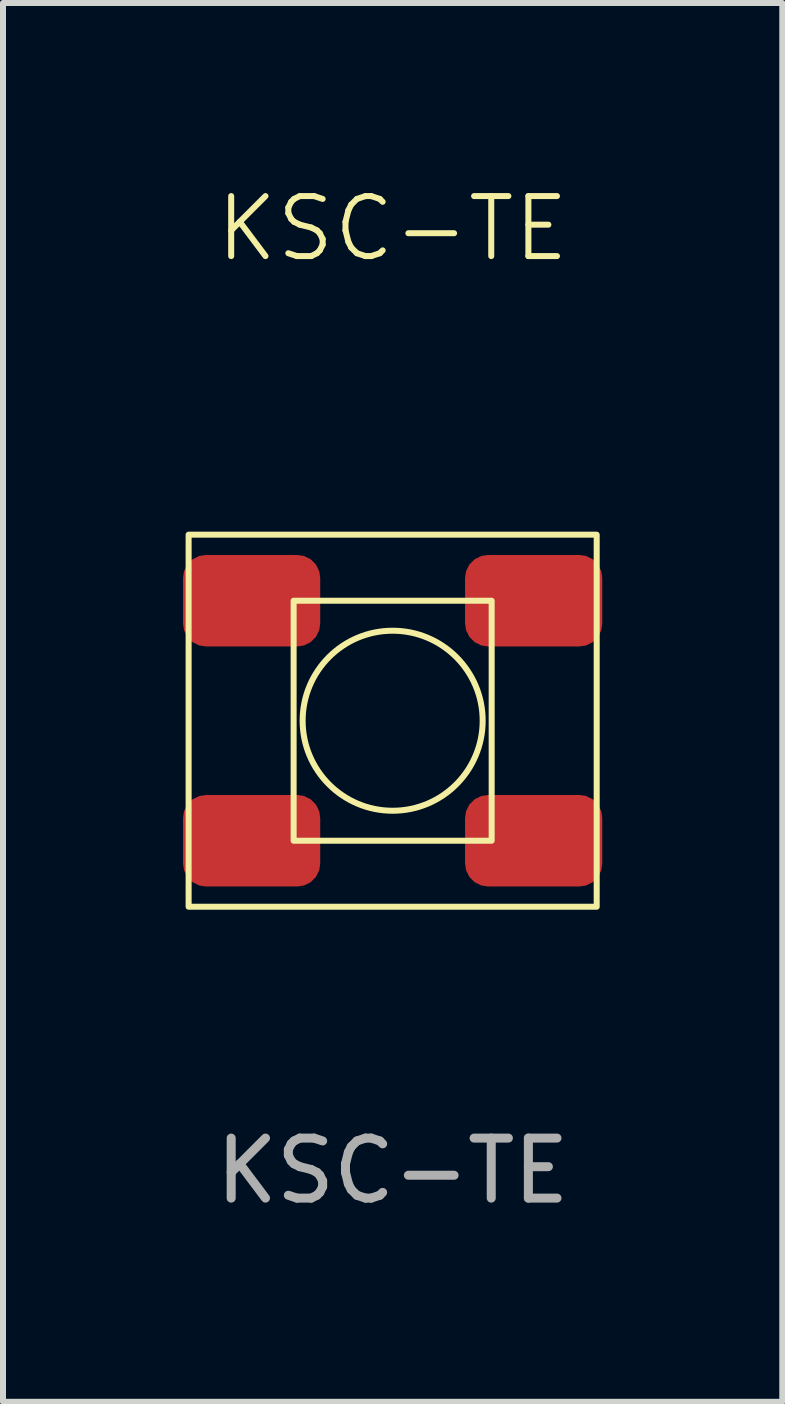
<source format=kicad_pcb>
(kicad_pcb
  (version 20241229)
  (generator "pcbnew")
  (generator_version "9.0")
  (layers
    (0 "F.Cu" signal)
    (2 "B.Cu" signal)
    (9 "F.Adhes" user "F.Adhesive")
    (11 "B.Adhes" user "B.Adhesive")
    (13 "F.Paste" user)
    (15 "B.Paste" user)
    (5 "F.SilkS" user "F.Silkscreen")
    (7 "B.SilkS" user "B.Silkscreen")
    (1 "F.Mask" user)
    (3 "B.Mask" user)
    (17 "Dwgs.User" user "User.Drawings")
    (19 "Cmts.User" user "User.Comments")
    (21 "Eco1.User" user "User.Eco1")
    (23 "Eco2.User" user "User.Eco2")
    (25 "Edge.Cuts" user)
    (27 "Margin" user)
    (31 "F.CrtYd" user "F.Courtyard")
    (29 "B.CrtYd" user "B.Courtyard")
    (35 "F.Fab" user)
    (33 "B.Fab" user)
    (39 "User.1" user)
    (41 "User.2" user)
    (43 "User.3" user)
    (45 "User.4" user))
  (footprint "KSC-TE"
    (layer "F.Cu")
    (at 3.493 8.96)
    (property "Reference" "KSC-TE" (at 0 -8.2 0) (unlocked yes) (layer "F.SilkS") (effects (font (size 1 1) (thickness 0.1))))
    (attr smd)
    (fp_rect (start -3.4 -3.1) (end 3.4 3.1) (stroke (width 0.1) (type default)) (fill no) (layer "F.SilkS"))
    (fp_rect (start -1.65 -2) (end 1.65 2) (stroke (width 0.1) (type default)) (fill no) (layer "F.SilkS"))
    (fp_circle (center 0 0) (end 1.5 0) (stroke (width 0.1) (type default)) (fill no) (layer "F.SilkS"))
    (fp_text user "${REFERENCE}" (at 0 7.5 0) (unlocked yes) (layer "F.Fab") (effects (font (size 1 1) (thickness 0.15))))
    (pad "1" smd roundrect (at -2.35 -2) (size 2.286 1.524) (layers "F.Cu" "F.Mask" "F.Paste") (roundrect_rratio 0.25))
    (pad "2" smd roundrect (at -2.35 2) (size 2.286 1.524) (layers "F.Cu" "F.Mask" "F.Paste") (roundrect_rratio 0.25))
    (pad "3" smd roundrect (at 2.35 2) (size 2.286 1.524) (layers "F.Cu" "F.Mask" "F.Paste") (roundrect_rratio 0.25))
    (pad "4" smd roundrect (at 2.35 -2) (size 2.286 1.524) (layers "F.Cu" "F.Mask" "F.Paste") (roundrect_rratio 0.25)))
  (gr_rect
    (start -3 -3)
    (end 9.986 20.309)
    (stroke (width 0.1) (type default))
    (fill no)
    (layer "Edge.Cuts")))
</source>
